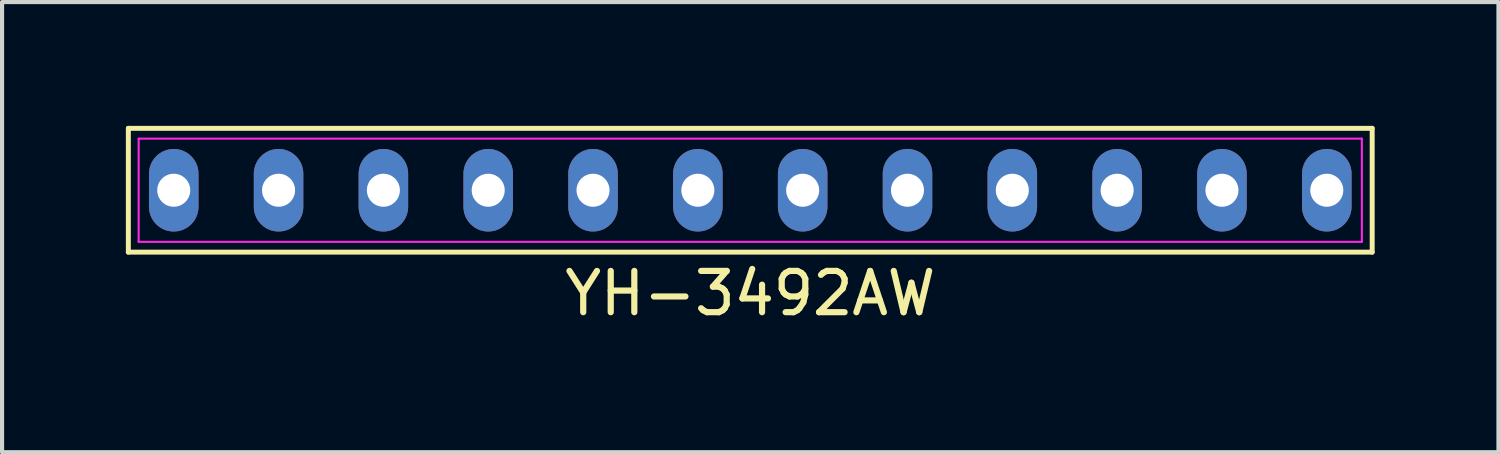
<source format=kicad_pcb>
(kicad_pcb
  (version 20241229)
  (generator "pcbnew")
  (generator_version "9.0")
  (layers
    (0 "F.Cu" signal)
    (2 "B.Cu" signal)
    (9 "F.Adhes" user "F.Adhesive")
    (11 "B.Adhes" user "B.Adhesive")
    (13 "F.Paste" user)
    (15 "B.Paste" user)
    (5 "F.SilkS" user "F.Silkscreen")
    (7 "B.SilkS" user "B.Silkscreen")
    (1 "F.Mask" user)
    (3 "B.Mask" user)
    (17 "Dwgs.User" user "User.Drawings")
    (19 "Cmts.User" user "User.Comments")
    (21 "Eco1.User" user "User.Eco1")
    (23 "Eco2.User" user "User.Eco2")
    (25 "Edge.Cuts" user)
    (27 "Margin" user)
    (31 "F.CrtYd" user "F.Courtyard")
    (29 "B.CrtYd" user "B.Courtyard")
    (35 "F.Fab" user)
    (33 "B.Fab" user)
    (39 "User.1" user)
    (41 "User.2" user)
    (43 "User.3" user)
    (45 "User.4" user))
  (footprint "YH-3492AW"
    (layer "F.Cu")
    (at 15.13 1.56)
    (property "Reference" "YH-3492AW" (at 0 2.5 0) (layer "F.SilkS") (effects (font (size 1 1) (thickness 0.15))))
    (attr through_hole)
    (fp_line (start -15.07 -1.5) (end 15.07 -1.5) (stroke (width 0.12) (type default)) (layer "F.SilkS"))
    (fp_line (start -15.07 1.5) (end -15.07 -1.5) (stroke (width 0.12) (type default)) (layer "F.SilkS"))
    (fp_line (start 15.07 -1.5) (end 15.07 1.5) (stroke (width 0.12) (type default)) (layer "F.SilkS"))
    (fp_line (start 15.07 1.5) (end -15.07 1.5) (stroke (width 0.12) (type default)) (layer "F.SilkS"))
    (fp_line (start -14.82 -1.25) (end 14.82 -1.25) (stroke (width 0.05) (type default)) (layer "F.CrtYd"))
    (fp_line (start -14.82 1.25) (end -14.82 -1.25) (stroke (width 0.05) (type default)) (layer "F.CrtYd"))
    (fp_line (start 14.82 -1.25) (end 14.82 1.25) (stroke (width 0.05) (type default)) (layer "F.CrtYd"))
    (fp_line (start 14.82 1.25) (end -14.82 1.25) (stroke (width 0.05) (type default)) (layer "F.CrtYd"))
    (pad "1" thru_hole oval (at -13.97 0) (size 1.2 2) (drill 0.8) (layers "*.Cu" "*.Mask"))
    (pad "2" thru_hole oval (at -11.43 0) (size 1.2 2) (drill 0.8) (layers "*.Cu" "*.Mask"))
    (pad "3" thru_hole oval (at -8.89 0) (size 1.2 2) (drill 0.8) (layers "*.Cu" "*.Mask"))
    (pad "4" thru_hole oval (at -6.35 0) (size 1.2 2) (drill 0.8) (layers "*.Cu" "*.Mask"))
    (pad "5" thru_hole oval (at -3.81 0) (size 1.2 2) (drill 0.8) (layers "*.Cu" "*.Mask"))
    (pad "6" thru_hole oval (at -1.27 0) (size 1.2 2) (drill 0.8) (layers "*.Cu" "*.Mask"))
    (pad "7" thru_hole oval (at 1.27 0) (size 1.2 2) (drill 0.8) (layers "*.Cu" "*.Mask"))
    (pad "8" thru_hole oval (at 3.81 0) (size 1.2 2) (drill 0.8) (layers "*.Cu" "*.Mask"))
    (pad "9" thru_hole oval (at 6.35 0) (size 1.2 2) (drill 0.8) (layers "*.Cu" "*.Mask"))
    (pad "10" thru_hole oval (at 8.89 0) (size 1.2 2) (drill 0.8) (layers "*.Cu" "*.Mask"))
    (pad "11" thru_hole oval (at 11.43 0) (size 1.2 2) (drill 0.8) (layers "*.Cu" "*.Mask"))
    (pad "12" thru_hole oval (at 13.97 0) (size 1.2 2) (drill 0.8) (layers "*.Cu" "*.Mask")))
  (gr_rect
    (start -3 -3)
    (end 33.26 7.908)
    (stroke (width 0.1) (type default))
    (fill no)
    (layer "Edge.Cuts")))
</source>
